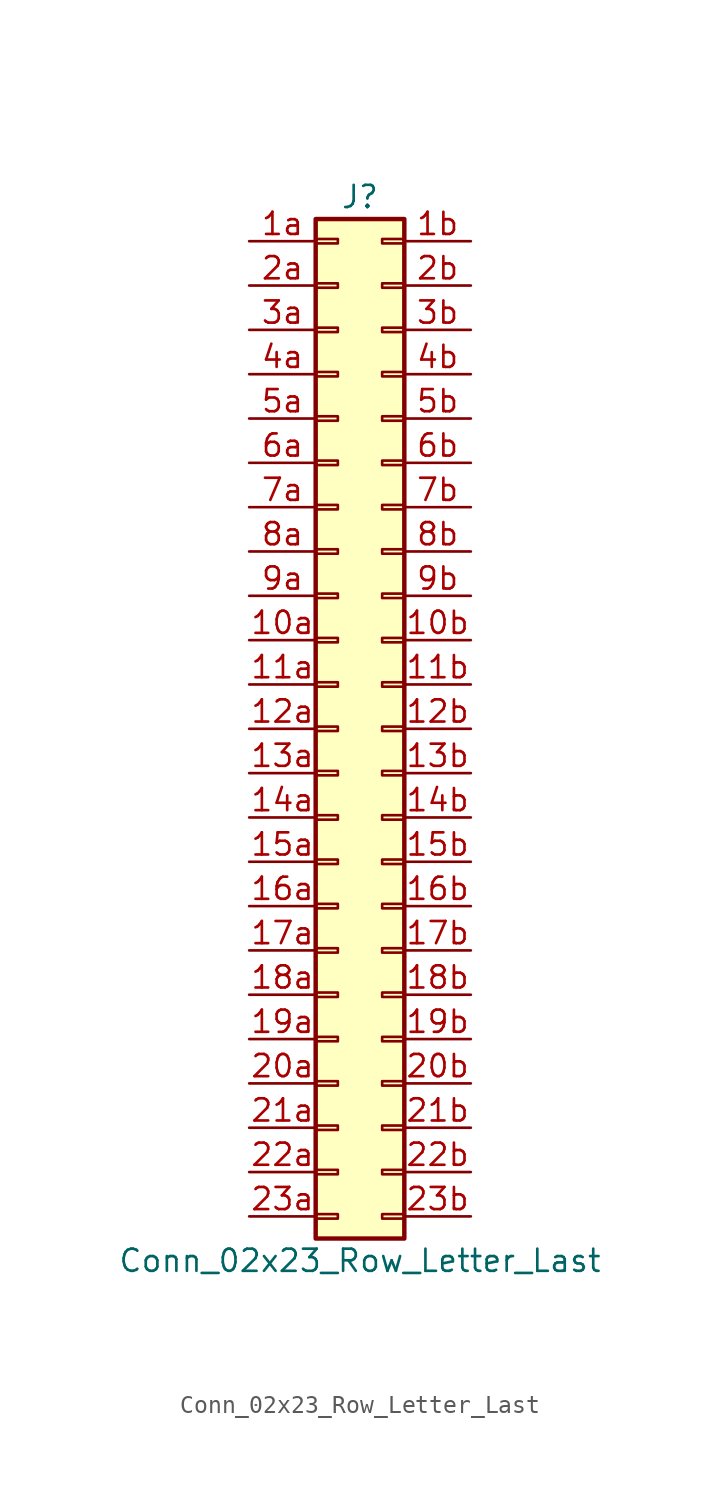
<source format=kicad_sym>
(kicad_symbol_lib
  (version 20201005)
  (generator kicad_symbol_editor)
  (symbol "Conn_02x23_Row_Letter_Last"
    (pin_names
      (offset 1.016) hide)
    (property "Reference" "J"
      (at 1.27 30.48 0)
      (effects (font (size 1.27 1.27))))
    (property "Value" "Conn_02x23_Row_Letter_Last"
      (at 1.27 -30.48 0)
      (effects (font (size 1.27 1.27))))
    (symbol "Conn_02x23_Row_Letter_Last_1_1"
      (rectangle (start -1.27 -27.813) (end 0 -28.067) (stroke (width 0.152)) (fill (type none)))
      (rectangle (start -1.27 -25.273) (end 0 -25.527) (stroke (width 0.152)) (fill (type none)))
      (rectangle (start -1.27 -22.733) (end 0 -22.987) (stroke (width 0.152)) (fill (type none)))
      (rectangle (start -1.27 -20.193) (end 0 -20.447) (stroke (width 0.152)) (fill (type none)))
      (rectangle (start -1.27 -17.653) (end 0 -17.907) (stroke (width 0.152)) (fill (type none)))
      (rectangle (start -1.27 -15.113) (end 0 -15.367) (stroke (width 0.152)) (fill (type none)))
      (rectangle (start -1.27 -12.573) (end 0 -12.827) (stroke (width 0.152)) (fill (type none)))
      (rectangle (start -1.27 -10.033) (end 0 -10.287) (stroke (width 0.152)) (fill (type none)))
      (rectangle (start -1.27 -7.493) (end 0 -7.747) (stroke (width 0.152)) (fill (type none)))
      (rectangle (start -1.27 -4.953) (end 0 -5.207) (stroke (width 0.152)) (fill (type none)))
      (rectangle (start -1.27 -2.413) (end 0 -2.667) (stroke (width 0.152)) (fill (type none)))
      (rectangle (start -1.27 0.127) (end 0 -0.127) (stroke (width 0.152)) (fill (type none)))
      (rectangle (start -1.27 2.667) (end 0 2.413) (stroke (width 0.152)) (fill (type none)))
      (rectangle (start -1.27 5.207) (end 0 4.953) (stroke (width 0.152)) (fill (type none)))
      (rectangle (start -1.27 7.747) (end 0 7.493) (stroke (width 0.152)) (fill (type none)))
      (rectangle (start -1.27 10.287) (end 0 10.033) (stroke (width 0.152)) (fill (type none)))
      (rectangle (start -1.27 12.827) (end 0 12.573) (stroke (width 0.152)) (fill (type none)))
      (rectangle (start -1.27 15.367) (end 0 15.113) (stroke (width 0.152)) (fill (type none)))
      (rectangle (start -1.27 17.907) (end 0 17.653) (stroke (width 0.152)) (fill (type none)))
      (rectangle (start -1.27 20.447) (end 0 20.193) (stroke (width 0.152)) (fill (type none)))
      (rectangle (start -1.27 22.987) (end 0 22.733) (stroke (width 0.152)) (fill (type none)))
      (rectangle (start -1.27 25.527) (end 0 25.273) (stroke (width 0.152)) (fill (type none)))
      (rectangle (start -1.27 28.067) (end 0 27.813) (stroke (width 0.152)) (fill (type none)))
      (rectangle (start -1.27 29.21) (end 3.81 -29.21) (stroke (width 0.254)) (fill (type background)))
      (rectangle (start 3.81 -27.813) (end 2.54 -28.067) (stroke (width 0.152)) (fill (type none)))
      (rectangle (start 3.81 -25.273) (end 2.54 -25.527) (stroke (width 0.152)) (fill (type none)))
      (rectangle (start 3.81 -22.733) (end 2.54 -22.987) (stroke (width 0.152)) (fill (type none)))
      (rectangle (start 3.81 -20.193) (end 2.54 -20.447) (stroke (width 0.152)) (fill (type none)))
      (rectangle (start 3.81 -17.653) (end 2.54 -17.907) (stroke (width 0.152)) (fill (type none)))
      (rectangle (start 3.81 -15.113) (end 2.54 -15.367) (stroke (width 0.152)) (fill (type none)))
      (rectangle (start 3.81 -12.573) (end 2.54 -12.827) (stroke (width 0.152)) (fill (type none)))
      (rectangle (start 3.81 -10.033) (end 2.54 -10.287) (stroke (width 0.152)) (fill (type none)))
      (rectangle (start 3.81 -7.493) (end 2.54 -7.747) (stroke (width 0.152)) (fill (type none)))
      (rectangle (start 3.81 -4.953) (end 2.54 -5.207) (stroke (width 0.152)) (fill (type none)))
      (rectangle (start 3.81 -2.413) (end 2.54 -2.667) (stroke (width 0.152)) (fill (type none)))
      (rectangle (start 3.81 0.127) (end 2.54 -0.127) (stroke (width 0.152)) (fill (type none)))
      (rectangle (start 3.81 2.667) (end 2.54 2.413) (stroke (width 0.152)) (fill (type none)))
      (rectangle (start 3.81 5.207) (end 2.54 4.953) (stroke (width 0.152)) (fill (type none)))
      (rectangle (start 3.81 7.747) (end 2.54 7.493) (stroke (width 0.152)) (fill (type none)))
      (rectangle (start 3.81 10.287) (end 2.54 10.033) (stroke (width 0.152)) (fill (type none)))
      (rectangle (start 3.81 12.827) (end 2.54 12.573) (stroke (width 0.152)) (fill (type none)))
      (rectangle (start 3.81 15.367) (end 2.54 15.113) (stroke (width 0.152)) (fill (type none)))
      (rectangle (start 3.81 17.907) (end 2.54 17.653) (stroke (width 0.152)) (fill (type none)))
      (rectangle (start 3.81 20.447) (end 2.54 20.193) (stroke (width 0.152)) (fill (type none)))
      (rectangle (start 3.81 22.987) (end 2.54 22.733) (stroke (width 0.152)) (fill (type none)))
      (rectangle (start 3.81 25.527) (end 2.54 25.273) (stroke (width 0.152)) (fill (type none)))
      (rectangle (start 3.81 28.067) (end 2.54 27.813) (stroke (width 0.152)) (fill (type none)))
      (pin passive line (at -5.08 5.08 0) (length 3.81) (name "Pin_10a" (effects (font (size 1.27 1.27)))) (number "10a" (effects (font (size 1.27 1.27)))))
      (pin passive line (at 7.62 5.08 180) (length 3.81) (name "Pin_10b" (effects (font (size 1.27 1.27)))) (number "10b" (effects (font (size 1.27 1.27)))))
      (pin passive line (at -5.08 2.54 0) (length 3.81) (name "Pin_11a" (effects (font (size 1.27 1.27)))) (number "11a" (effects (font (size 1.27 1.27)))))
      (pin passive line (at 7.62 2.54 180) (length 3.81) (name "Pin_11b" (effects (font (size 1.27 1.27)))) (number "11b" (effects (font (size 1.27 1.27)))))
      (pin passive line (at -5.08 0 0) (length 3.81) (name "Pin_12a" (effects (font (size 1.27 1.27)))) (number "12a" (effects (font (size 1.27 1.27)))))
      (pin passive line (at 7.62 0 180) (length 3.81) (name "Pin_12b" (effects (font (size 1.27 1.27)))) (number "12b" (effects (font (size 1.27 1.27)))))
      (pin passive line (at -5.08 -2.54 0) (length 3.81) (name "Pin_13a" (effects (font (size 1.27 1.27)))) (number "13a" (effects (font (size 1.27 1.27)))))
      (pin passive line (at 7.62 -2.54 180) (length 3.81) (name "Pin_13b" (effects (font (size 1.27 1.27)))) (number "13b" (effects (font (size 1.27 1.27)))))
      (pin passive line (at -5.08 -5.08 0) (length 3.81) (name "Pin_14a" (effects (font (size 1.27 1.27)))) (number "14a" (effects (font (size 1.27 1.27)))))
      (pin passive line (at 7.62 -5.08 180) (length 3.81) (name "Pin_14b" (effects (font (size 1.27 1.27)))) (number "14b" (effects (font (size 1.27 1.27)))))
      (pin passive line (at -5.08 -7.62 0) (length 3.81) (name "Pin_15a" (effects (font (size 1.27 1.27)))) (number "15a" (effects (font (size 1.27 1.27)))))
      (pin passive line (at 7.62 -7.62 180) (length 3.81) (name "Pin_15b" (effects (font (size 1.27 1.27)))) (number "15b" (effects (font (size 1.27 1.27)))))
      (pin passive line (at -5.08 -10.16 0) (length 3.81) (name "Pin_16a" (effects (font (size 1.27 1.27)))) (number "16a" (effects (font (size 1.27 1.27)))))
      (pin passive line (at 7.62 -10.16 180) (length 3.81) (name "Pin_16b" (effects (font (size 1.27 1.27)))) (number "16b" (effects (font (size 1.27 1.27)))))
      (pin passive line (at -5.08 -12.7 0) (length 3.81) (name "Pin_17a" (effects (font (size 1.27 1.27)))) (number "17a" (effects (font (size 1.27 1.27)))))
      (pin passive line (at 7.62 -12.7 180) (length 3.81) (name "Pin_17b" (effects (font (size 1.27 1.27)))) (number "17b" (effects (font (size 1.27 1.27)))))
      (pin passive line (at -5.08 -15.24 0) (length 3.81) (name "Pin_18a" (effects (font (size 1.27 1.27)))) (number "18a" (effects (font (size 1.27 1.27)))))
      (pin passive line (at 7.62 -15.24 180) (length 3.81) (name "Pin_18b" (effects (font (size 1.27 1.27)))) (number "18b" (effects (font (size 1.27 1.27)))))
      (pin passive line (at -5.08 -17.78 0) (length 3.81) (name "Pin_19a" (effects (font (size 1.27 1.27)))) (number "19a" (effects (font (size 1.27 1.27)))))
      (pin passive line (at 7.62 -17.78 180) (length 3.81) (name "Pin_19b" (effects (font (size 1.27 1.27)))) (number "19b" (effects (font (size 1.27 1.27)))))
      (pin passive line (at -5.08 27.94 0) (length 3.81) (name "Pin_1a" (effects (font (size 1.27 1.27)))) (number "1a" (effects (font (size 1.27 1.27)))))
      (pin passive line (at 7.62 27.94 180) (length 3.81) (name "Pin_1b" (effects (font (size 1.27 1.27)))) (number "1b" (effects (font (size 1.27 1.27)))))
      (pin passive line (at -5.08 -20.32 0) (length 3.81) (name "Pin_20a" (effects (font (size 1.27 1.27)))) (number "20a" (effects (font (size 1.27 1.27)))))
      (pin passive line (at 7.62 -20.32 180) (length 3.81) (name "Pin_20b" (effects (font (size 1.27 1.27)))) (number "20b" (effects (font (size 1.27 1.27)))))
      (pin passive line (at -5.08 -22.86 0) (length 3.81) (name "Pin_21a" (effects (font (size 1.27 1.27)))) (number "21a" (effects (font (size 1.27 1.27)))))
      (pin passive line (at 7.62 -22.86 180) (length 3.81) (name "Pin_21b" (effects (font (size 1.27 1.27)))) (number "21b" (effects (font (size 1.27 1.27)))))
      (pin passive line (at -5.08 -25.4 0) (length 3.81) (name "Pin_22a" (effects (font (size 1.27 1.27)))) (number "22a" (effects (font (size 1.27 1.27)))))
      (pin passive line (at 7.62 -25.4 180) (length 3.81) (name "Pin_22b" (effects (font (size 1.27 1.27)))) (number "22b" (effects (font (size 1.27 1.27)))))
      (pin passive line (at -5.08 -27.94 0) (length 3.81) (name "Pin_23a" (effects (font (size 1.27 1.27)))) (number "23a" (effects (font (size 1.27 1.27)))))
      (pin passive line (at 7.62 -27.94 180) (length 3.81) (name "Pin_23b" (effects (font (size 1.27 1.27)))) (number "23b" (effects (font (size 1.27 1.27)))))
      (pin passive line (at -5.08 25.4 0) (length 3.81) (name "Pin_2a" (effects (font (size 1.27 1.27)))) (number "2a" (effects (font (size 1.27 1.27)))))
      (pin passive line (at 7.62 25.4 180) (length 3.81) (name "Pin_2b" (effects (font (size 1.27 1.27)))) (number "2b" (effects (font (size 1.27 1.27)))))
      (pin passive line (at -5.08 22.86 0) (length 3.81) (name "Pin_3a" (effects (font (size 1.27 1.27)))) (number "3a" (effects (font (size 1.27 1.27)))))
      (pin passive line (at 7.62 22.86 180) (length 3.81) (name "Pin_3b" (effects (font (size 1.27 1.27)))) (number "3b" (effects (font (size 1.27 1.27)))))
      (pin passive line (at -5.08 20.32 0) (length 3.81) (name "Pin_4a" (effects (font (size 1.27 1.27)))) (number "4a" (effects (font (size 1.27 1.27)))))
      (pin passive line (at 7.62 20.32 180) (length 3.81) (name "Pin_4b" (effects (font (size 1.27 1.27)))) (number "4b" (effects (font (size 1.27 1.27)))))
      (pin passive line (at -5.08 17.78 0) (length 3.81) (name "Pin_5a" (effects (font (size 1.27 1.27)))) (number "5a" (effects (font (size 1.27 1.27)))))
      (pin passive line (at 7.62 17.78 180) (length 3.81) (name "Pin_5b" (effects (font (size 1.27 1.27)))) (number "5b" (effects (font (size 1.27 1.27)))))
      (pin passive line (at -5.08 15.24 0) (length 3.81) (name "Pin_6a" (effects (font (size 1.27 1.27)))) (number "6a" (effects (font (size 1.27 1.27)))))
      (pin passive line (at 7.62 15.24 180) (length 3.81) (name "Pin_6b" (effects (font (size 1.27 1.27)))) (number "6b" (effects (font (size 1.27 1.27)))))
      (pin passive line (at -5.08 12.7 0) (length 3.81) (name "Pin_7a" (effects (font (size 1.27 1.27)))) (number "7a" (effects (font (size 1.27 1.27)))))
      (pin passive line (at 7.62 12.7 180) (length 3.81) (name "Pin_7b" (effects (font (size 1.27 1.27)))) (number "7b" (effects (font (size 1.27 1.27)))))
      (pin passive line (at -5.08 10.16 0) (length 3.81) (name "Pin_8a" (effects (font (size 1.27 1.27)))) (number "8a" (effects (font (size 1.27 1.27)))))
      (pin passive line (at 7.62 10.16 180) (length 3.81) (name "Pin_8b" (effects (font (size 1.27 1.27)))) (number "8b" (effects (font (size 1.27 1.27)))))
      (pin passive line (at -5.08 7.62 0) (length 3.81) (name "Pin_9a" (effects (font (size 1.27 1.27)))) (number "9a" (effects (font (size 1.27 1.27)))))
      (pin passive line (at 7.62 7.62 180) (length 3.81) (name "Pin_9b" (effects (font (size 1.27 1.27)))) (number "9b" (effects (font (size 1.27 1.27))))))))
</source>
